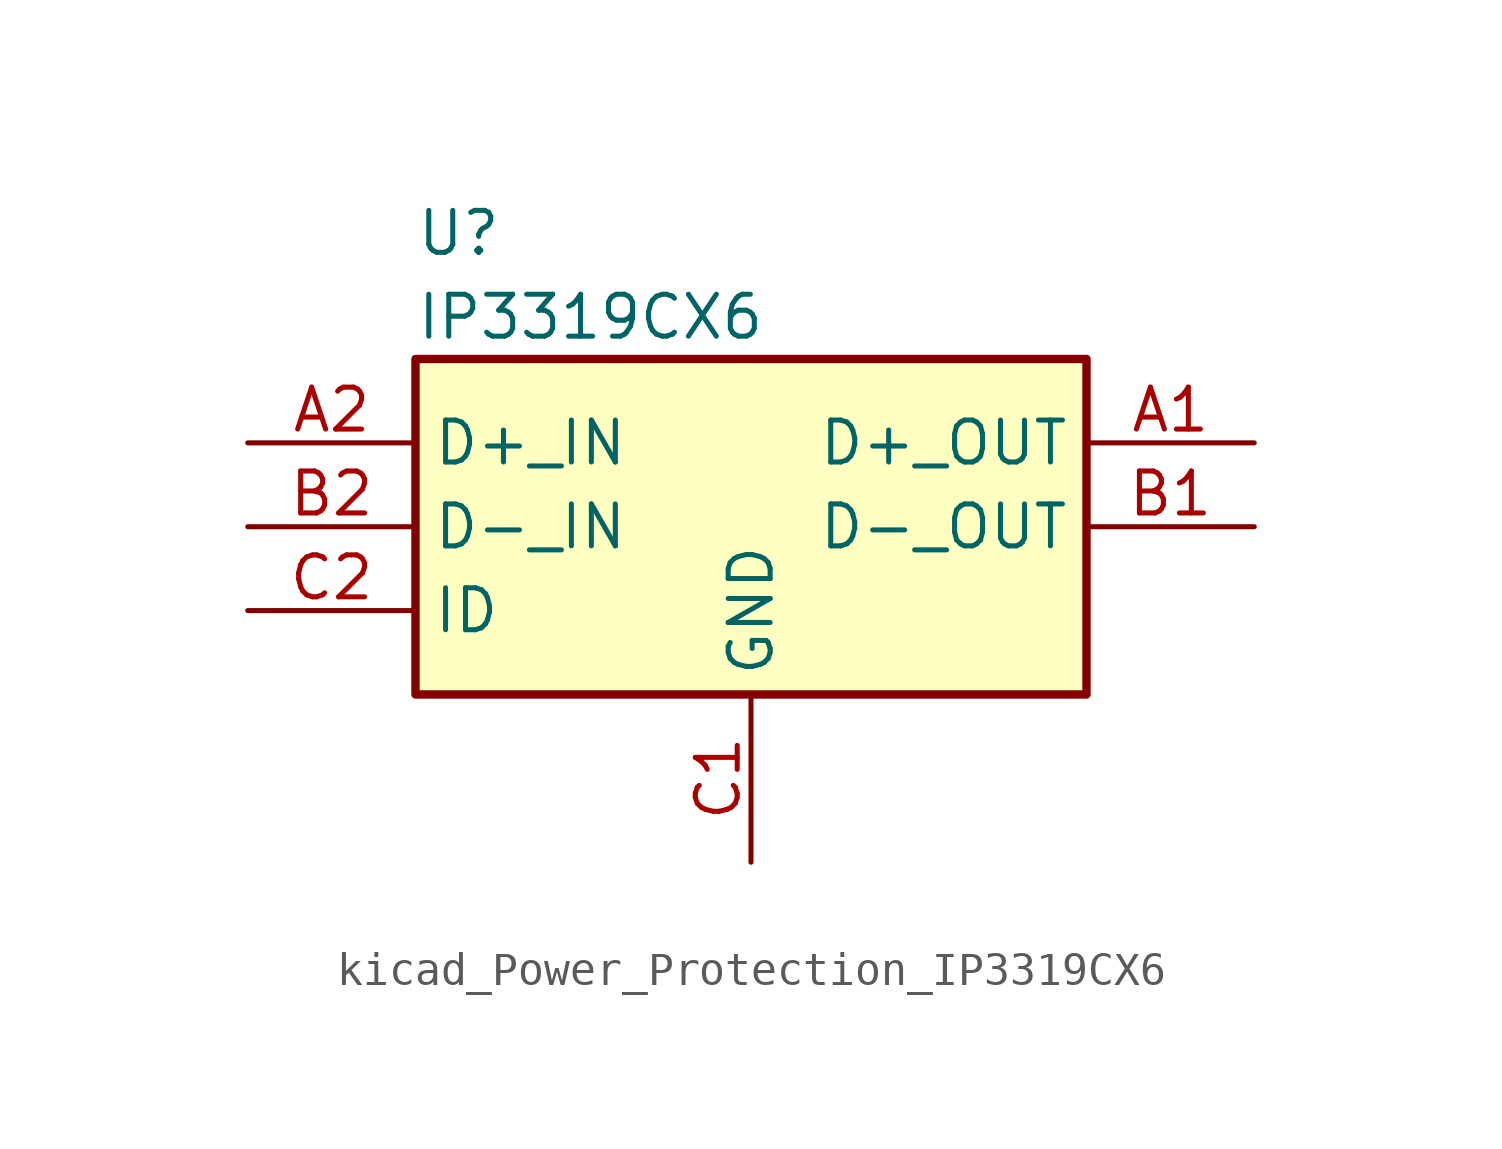
<source format=kicad_sym>
(kicad_symbol_lib
  (version 20220914)
  (generator kicad_symbol_editor)
  (symbol "kicad_Power_Protection_IP3319CX6"
    (property "Reference" "U"
      (at -10.16 8.89 0)
      (effects (font (size 1.27 1.27)) (justify left)))
    (property "Value" "IP3319CX6"
      (at -10.16 6.35 0)
      (effects (font (size 1.27 1.27)) (justify left)))
    (symbol "kicad_Power_Protection_IP3319CX6_0_1"
      (rectangle (start -10.16 5.08) (end 10.16 -5.08) (stroke (width 0.254) (type default)) (fill (type background))))
    (symbol "kicad_Power_Protection_IP3319CX6_1_1"
      (pin passive line (at 15.24 2.54 180) (length 5.08) (name "D+_OUT" (effects (font (size 1.27 1.27)))) (number "A1" (effects (font (size 1.27 1.27)))))
      (pin passive line (at -15.24 2.54 0) (length 5.08) (name "D+_IN" (effects (font (size 1.27 1.27)))) (number "A2" (effects (font (size 1.27 1.27)))))
      (pin passive line (at 15.24 0 180) (length 5.08) (name "D-_OUT" (effects (font (size 1.27 1.27)))) (number "B1" (effects (font (size 1.27 1.27)))))
      (pin passive line (at -15.24 0 0) (length 5.08) (name "D-_IN" (effects (font (size 1.27 1.27)))) (number "B2" (effects (font (size 1.27 1.27)))))
      (pin power_in line (at 0 -10.16 90) (length 5.08) (name "GND" (effects (font (size 1.27 1.27)))) (number "C1" (effects (font (size 1.27 1.27)))))
      (pin passive line (at -15.24 -2.54 0) (length 5.08) (name "ID" (effects (font (size 1.27 1.27)))) (number "C2" (effects (font (size 1.27 1.27))))))))
</source>
